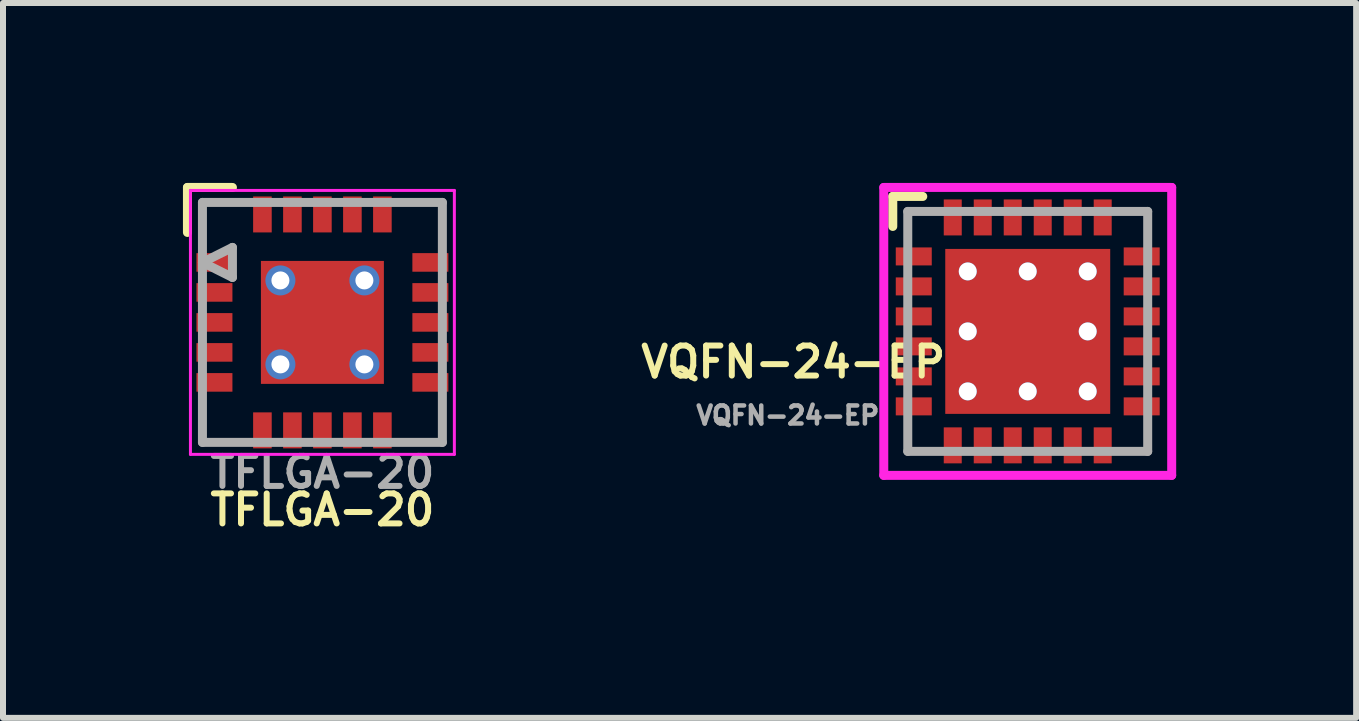
<source format=kicad_pcb>
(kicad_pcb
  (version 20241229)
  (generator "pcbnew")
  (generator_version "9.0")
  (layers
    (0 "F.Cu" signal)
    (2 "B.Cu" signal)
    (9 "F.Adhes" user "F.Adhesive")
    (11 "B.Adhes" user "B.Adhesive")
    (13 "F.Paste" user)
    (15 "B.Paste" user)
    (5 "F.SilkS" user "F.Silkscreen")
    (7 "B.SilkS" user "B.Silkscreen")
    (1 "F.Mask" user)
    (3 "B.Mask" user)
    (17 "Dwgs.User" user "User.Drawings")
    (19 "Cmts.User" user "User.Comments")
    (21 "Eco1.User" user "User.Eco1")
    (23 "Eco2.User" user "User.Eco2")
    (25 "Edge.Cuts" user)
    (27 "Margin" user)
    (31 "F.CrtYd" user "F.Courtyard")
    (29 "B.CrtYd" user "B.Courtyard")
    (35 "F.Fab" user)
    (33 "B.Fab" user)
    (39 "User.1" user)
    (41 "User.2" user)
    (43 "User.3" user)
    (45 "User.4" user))
  (footprint "TFLGA-20"
    (layer "F.Cu")
    (at 2.325 2.325)
    (property "Reference" "TFLGA-20" (at 0 3.125 0) (layer "F.SilkS") (effects (font (size 0.5 0.5) (thickness 0.1))))
    (attr smd)
    (fp_line (start -2.25 -2.25) (end -1.5 -2.25) (stroke (width 0.15) (type solid)) (layer "F.SilkS"))
    (fp_line (start -2.25 -1.5) (end -2.25 -2.25) (stroke (width 0.15) (type solid)) (layer "F.SilkS"))
    (fp_line (start -2.2 -2.2) (end -2.2 -2.2) (stroke (width 0.05) (type solid)) (layer "F.CrtYd"))
    (fp_line (start -2.2 -2.2) (end 2.2 -2.2) (stroke (width 0.05) (type solid)) (layer "F.CrtYd"))
    (fp_line (start -2.2 2.2) (end -2.2 -2.2) (stroke (width 0.05) (type solid)) (layer "F.CrtYd"))
    (fp_line (start 2.2 -2.2) (end 2.2 2.2) (stroke (width 0.05) (type solid)) (layer "F.CrtYd"))
    (fp_line (start 2.2 2.2) (end -2.2 2.2) (stroke (width 0.05) (type solid)) (layer "F.CrtYd"))
    (fp_line (start -2 -2) (end 2 -2) (stroke (width 0.15) (type solid)) (layer "F.Fab"))
    (fp_line (start -2 -1) (end -1.5 -1.25) (stroke (width 0.15) (type solid)) (layer "F.Fab"))
    (fp_line (start -2 2) (end -2 -2) (stroke (width 0.15) (type solid)) (layer "F.Fab"))
    (fp_line (start -1.5 -1.25) (end -1.5 -0.75) (stroke (width 0.15) (type solid)) (layer "F.Fab"))
    (fp_line (start -1.5 -0.75) (end -2 -1) (stroke (width 0.15) (type solid)) (layer "F.Fab"))
    (fp_line (start 2 -2) (end 2 2) (stroke (width 0.15) (type solid)) (layer "F.Fab"))
    (fp_line (start 2 2) (end -2 2) (stroke (width 0.15) (type solid)) (layer "F.Fab"))
    (fp_text user "${REFERENCE}" (at 0 2.5 0) (layer "F.Fab") (effects (font (size 0.5 0.5) (thickness 0.1))))
    (pad "1" smd rect (at -1.8 -1) (size 0.6 0.31) (layers "F.Cu" "F.Mask" "F.Paste"))
    (pad "2" smd rect (at -1.8 -0.5) (size 0.6 0.31) (layers "F.Cu" "F.Mask" "F.Paste"))
    (pad "3" smd rect (at -1.8 0) (size 0.6 0.31) (layers "F.Cu" "F.Mask" "F.Paste"))
    (pad "4" smd rect (at -1.8 0.5) (size 0.6 0.31) (layers "F.Cu" "F.Mask" "F.Paste"))
    (pad "5" smd rect (at -1.8 1) (size 0.6 0.31) (layers "F.Cu" "F.Mask" "F.Paste"))
    (pad "6" smd rect (at -1 1.8 90) (size 0.6 0.31) (layers "F.Cu" "F.Mask" "F.Paste"))
    (pad "7" smd rect (at -0.5 1.8 90) (size 0.6 0.31) (layers "F.Cu" "F.Mask" "F.Paste"))
    (pad "8" smd rect (at 0 1.8 90) (size 0.6 0.31) (layers "F.Cu" "F.Mask" "F.Paste"))
    (pad "9" smd rect (at 0.5 1.8 90) (size 0.6 0.31) (layers "F.Cu" "F.Mask" "F.Paste"))
    (pad "10" smd rect (at 1 1.8 90) (size 0.6 0.31) (layers "F.Cu" "F.Mask" "F.Paste"))
    (pad "11" smd rect (at 1.8 1) (size 0.6 0.31) (layers "F.Cu" "F.Mask" "F.Paste"))
    (pad "12" smd rect (at 1.8 0.5) (size 0.6 0.31) (layers "F.Cu" "F.Mask" "F.Paste"))
    (pad "13" smd rect (at 1.8 0) (size 0.6 0.31) (layers "F.Cu" "F.Mask" "F.Paste"))
    (pad "14" smd rect (at 1.8 -0.5) (size 0.6 0.31) (layers "F.Cu" "F.Mask" "F.Paste"))
    (pad "15" smd rect (at 1.8 -1) (size 0.6 0.31) (layers "F.Cu" "F.Mask" "F.Paste"))
    (pad "16" smd rect (at 1 -1.8 90) (size 0.6 0.31) (layers "F.Cu" "F.Mask" "F.Paste"))
    (pad "17" smd rect (at 0.5 -1.8 90) (size 0.6 0.31) (layers "F.Cu" "F.Mask" "F.Paste"))
    (pad "18" smd rect (at 0 -1.8 90) (size 0.6 0.31) (layers "F.Cu" "F.Mask" "F.Paste"))
    (pad "19" smd rect (at -0.5 -1.8 90) (size 0.6 0.31) (layers "F.Cu" "F.Mask" "F.Paste"))
    (pad "20" smd rect (at -1 -1.8 90) (size 0.6 0.31) (layers "F.Cu" "F.Mask" "F.Paste"))
    (pad "EP" thru_hole circle (at -0.7 -0.7 90) (size 0.5 0.5) (drill 0.3) (layers "*.Cu" "*.Mask"))
    (pad "EP" thru_hole circle (at -0.7 0.7 90) (size 0.5 0.5) (drill 0.3) (layers "*.Cu" "*.Mask"))
    (pad "EP" smd rect (at 0 0 90) (size 2.05 2.05) (layers "F.Cu" "F.Mask" "F.Paste"))
    (pad "EP" thru_hole circle (at 0.7 -0.7 90) (size 0.5 0.5) (drill 0.3) (layers "*.Cu" "*.Mask"))
    (pad "EP" thru_hole circle (at 0.7 0.7 90) (size 0.5 0.5) (drill 0.3) (layers "*.Cu" "*.Mask")))
  (footprint "VQFN-24-EP"
    (layer "F.Cu")
    (at 14.084 2.475)
    (property "Reference" "VQFN-24-EP" (at -3.91 0.51 0) (layer "F.SilkS") (effects (font (size 0.5 0.5) (thickness 0.1))))
    (attr smd)
    (fp_line (start -2.25 -2.25) (end -1.75 -2.25) (stroke (width 0.15) (type solid)) (layer "F.SilkS"))
    (fp_line (start -2.25 -1.75) (end -2.25 -2.25) (stroke (width 0.15) (type solid)) (layer "F.SilkS"))
    (fp_line (start -2.4 -2.4) (end 2.4 -2.4) (stroke (width 0.15) (type solid)) (layer "F.CrtYd"))
    (fp_line (start -2.4 2.4) (end -2.4 -2.4) (stroke (width 0.15) (type solid)) (layer "F.CrtYd"))
    (fp_line (start 2.4 -2.4) (end 2.4 2.4) (stroke (width 0.15) (type solid)) (layer "F.CrtYd"))
    (fp_line (start 2.4 2.4) (end -2.4 2.4) (stroke (width 0.15) (type solid)) (layer "F.CrtYd"))
    (fp_line (start -2 -2) (end 2 -2) (stroke (width 0.15) (type solid)) (layer "F.Fab"))
    (fp_line (start -2 2) (end -2 -2) (stroke (width 0.15) (type solid)) (layer "F.Fab"))
    (fp_line (start 2 -2) (end 2 2) (stroke (width 0.15) (type solid)) (layer "F.Fab"))
    (fp_line (start 2 2) (end -2 2) (stroke (width 0.15) (type solid)) (layer "F.Fab"))
    (fp_text user "${REFERENCE}" (at -4 1.4 0) (layer "F.Fab") (effects (font (size 0.3 0.3) (thickness 0.075))))
    (pad "1" smd rect (at -1.9 -1.25 90) (size 0.3 0.6) (layers "F.Cu" "F.Mask" "F.Paste"))
    (pad "2" smd rect (at -1.9 -0.75 90) (size 0.3 0.6) (layers "F.Cu" "F.Mask" "F.Paste"))
    (pad "3" smd rect (at -1.9 -0.25 90) (size 0.3 0.6) (layers "F.Cu" "F.Mask" "F.Paste"))
    (pad "4" smd rect (at -1.9 0.25 90) (size 0.3 0.6) (layers "F.Cu" "F.Mask" "F.Paste"))
    (pad "5" smd rect (at -1.9 0.75 90) (size 0.3 0.6) (layers "F.Cu" "F.Mask" "F.Paste"))
    (pad "6" smd rect (at -1.9 1.25 90) (size 0.3 0.6) (layers "F.Cu" "F.Mask" "F.Paste"))
    (pad "7" smd rect (at -1.25 1.9) (size 0.3 0.6) (layers "F.Cu" "F.Mask" "F.Paste"))
    (pad "8" smd rect (at -0.75 1.9) (size 0.3 0.6) (layers "F.Cu" "F.Mask" "F.Paste"))
    (pad "9" smd rect (at -0.25 1.9) (size 0.3 0.6) (layers "F.Cu" "F.Mask" "F.Paste"))
    (pad "10" smd rect (at 0.25 1.9) (size 0.3 0.6) (layers "F.Cu" "F.Mask" "F.Paste"))
    (pad "11" smd rect (at 0.75 1.9) (size 0.3 0.6) (layers "F.Cu" "F.Mask" "F.Paste"))
    (pad "12" smd rect (at 1.25 1.9) (size 0.3 0.6) (layers "F.Cu" "F.Mask" "F.Paste"))
    (pad "13" smd rect (at 1.9 1.25 90) (size 0.3 0.6) (layers "F.Cu" "F.Mask" "F.Paste"))
    (pad "14" smd rect (at 1.9 0.75 90) (size 0.3 0.6) (layers "F.Cu" "F.Mask" "F.Paste"))
    (pad "15" smd rect (at 1.9 0.25 90) (size 0.3 0.6) (layers "F.Cu" "F.Mask" "F.Paste"))
    (pad "16" smd rect (at 1.9 -0.25 90) (size 0.3 0.6) (layers "F.Cu" "F.Mask" "F.Paste"))
    (pad "17" smd rect (at 1.9 -0.75 90) (size 0.3 0.6) (layers "F.Cu" "F.Mask" "F.Paste"))
    (pad "18" smd rect (at 1.9 -1.25 90) (size 0.3 0.6) (layers "F.Cu" "F.Mask" "F.Paste"))
    (pad "19" smd rect (at 1.25 -1.9) (size 0.3 0.6) (layers "F.Cu" "F.Mask" "F.Paste"))
    (pad "20" smd rect (at 0.75 -1.9) (size 0.3 0.6) (layers "F.Cu" "F.Mask" "F.Paste"))
    (pad "21" smd rect (at 0.25 -1.9) (size 0.3 0.6) (layers "F.Cu" "F.Mask" "F.Paste"))
    (pad "22" smd rect (at -0.25 -1.9) (size 0.3 0.6) (layers "F.Cu" "F.Mask" "F.Paste"))
    (pad "23" smd rect (at -0.75 -1.9) (size 0.3 0.6) (layers "F.Cu" "F.Mask" "F.Paste"))
    (pad "24" smd rect (at -1.25 -1.9) (size 0.3 0.6) (layers "F.Cu" "F.Mask" "F.Paste"))
    (pad "EP" thru_hole circle (at -1 -1) (size 0.3 0.3) (drill 0.3) (layers "*.Cu" "F.Mask"))
    (pad "EP" thru_hole circle (at -1 0) (size 0.3 0.3) (drill 0.3) (layers "*.Cu" "F.Mask"))
    (pad "EP" thru_hole circle (at -1 1) (size 0.3 0.3) (drill 0.3) (layers "*.Cu" "F.Mask"))
    (pad "EP" thru_hole circle (at 0 -1) (size 0.3 0.3) (drill 0.3) (layers "*.Cu" "F.Mask"))
    (pad "EP" smd rect (at 0 0) (size 2.75 2.75) (layers "F.Cu" "F.Mask" "F.Paste"))
    (pad "EP" thru_hole circle (at 0 1) (size 0.3 0.3) (drill 0.3) (layers "*.Cu" "F.Mask"))
    (pad "EP" thru_hole circle (at 1 -1) (size 0.3 0.3) (drill 0.3) (layers "*.Cu" "F.Mask"))
    (pad "EP" thru_hole circle (at 1 0) (size 0.3 0.3) (drill 0.3) (layers "*.Cu" "F.Mask"))
    (pad "EP" thru_hole circle (at 1 1) (size 0.3 0.3) (drill 0.3) (layers "*.Cu" "F.Mask")))
  (gr_rect
    (start -3 -3)
    (end 19.559 8.918)
    (stroke (width 0.1) (type default))
    (fill no)
    (layer "Edge.Cuts")))
</source>
